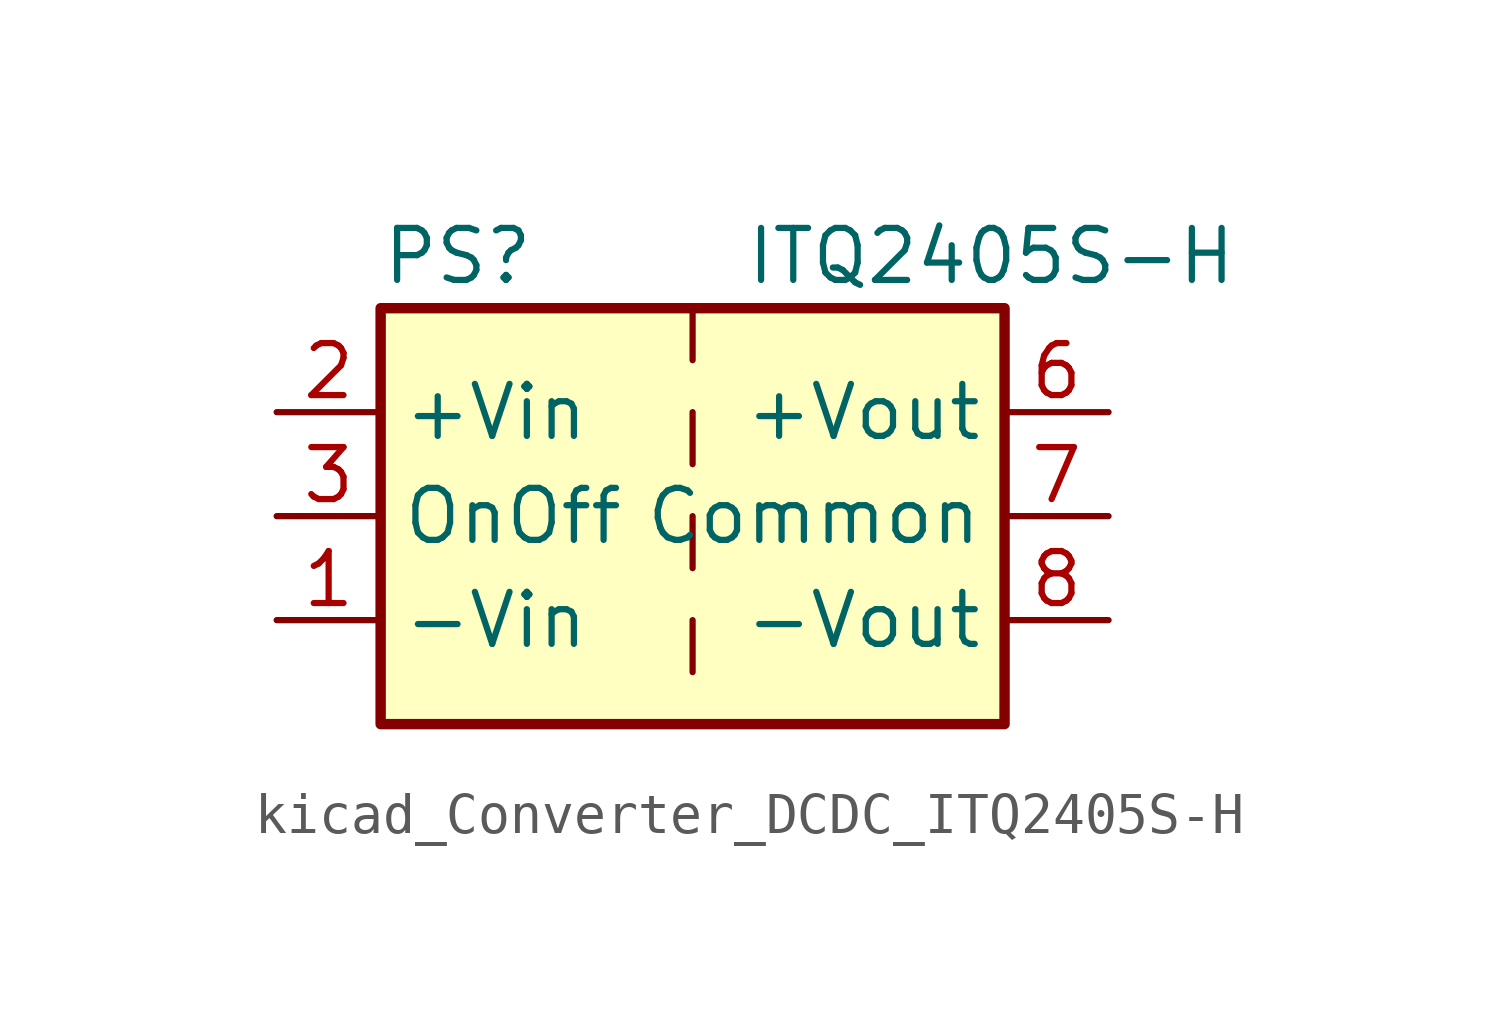
<source format=kicad_sym>
(kicad_symbol_lib
  (version 20220914)
  (generator kicad_symbol_editor)
  (symbol "kicad_Converter_DCDC_ITQ2405S-H"
    (property "Reference" "PS"
      (at -7.62 6.35 0)
      (effects (font (size 1.27 1.27)) (justify left)))
    (property "Value" "ITQ2405S-H"
      (at 1.27 6.35 0)
      (effects (font (size 1.27 1.27)) (justify left)))
    (symbol "kicad_Converter_DCDC_ITQ2405S-H_0_0"
      (pin power_in line (at -10.16 -2.54 0) (length 2.54) (name "-Vin" (effects (font (size 1.27 1.27)))) (number "1" (effects (font (size 1.27 1.27)))))
      (pin power_in line (at -10.16 2.54 0) (length 2.54) (name "+Vin" (effects (font (size 1.27 1.27)))) (number "2" (effects (font (size 1.27 1.27)))))
      (pin input line (at -10.16 0 0) (length 2.54) (name "OnOff" (effects (font (size 1.27 1.27)))) (number "3" (effects (font (size 1.27 1.27)))))
      (pin power_out line (at 10.16 2.54 180) (length 2.54) (name "+Vout" (effects (font (size 1.27 1.27)))) (number "6" (effects (font (size 1.27 1.27)))))
      (pin power_out line (at 10.16 0 180) (length 2.54) (name "Common" (effects (font (size 1.27 1.27)))) (number "7" (effects (font (size 1.27 1.27)))))
      (pin power_out line (at 10.16 -2.54 180) (length 2.54) (name "-Vout" (effects (font (size 1.27 1.27)))) (number "8" (effects (font (size 1.27 1.27))))))
    (symbol "kicad_Converter_DCDC_ITQ2405S-H_0_1"
      (rectangle (start -7.62 5.08) (end 7.62 -5.08) (stroke (width 0.254) (type default)) (fill (type background)))
      (polyline (pts (xy 0 -2.54) (xy 0 -3.81)) (stroke (width 0) (type default)) (fill (type none)))
      (polyline (pts (xy 0 0) (xy 0 -1.27)) (stroke (width 0) (type default)) (fill (type none)))
      (polyline (pts (xy 0 2.54) (xy 0 1.27)) (stroke (width 0) (type default)) (fill (type none)))
      (polyline (pts (xy 0 5.08) (xy 0 3.81)) (stroke (width 0) (type default)) (fill (type none))))))
</source>
